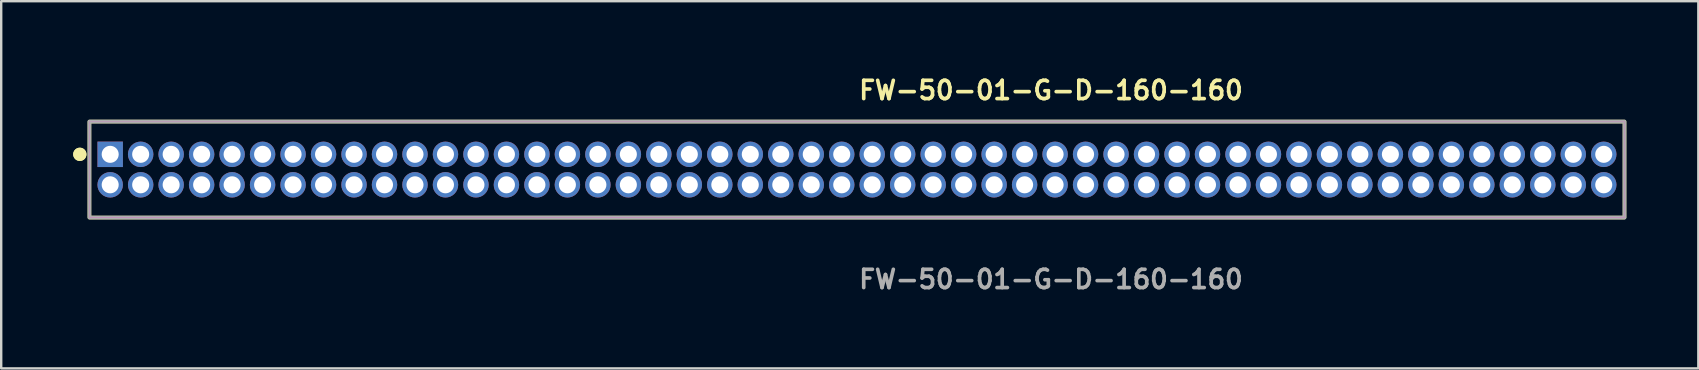
<source format=kicad_pcb>
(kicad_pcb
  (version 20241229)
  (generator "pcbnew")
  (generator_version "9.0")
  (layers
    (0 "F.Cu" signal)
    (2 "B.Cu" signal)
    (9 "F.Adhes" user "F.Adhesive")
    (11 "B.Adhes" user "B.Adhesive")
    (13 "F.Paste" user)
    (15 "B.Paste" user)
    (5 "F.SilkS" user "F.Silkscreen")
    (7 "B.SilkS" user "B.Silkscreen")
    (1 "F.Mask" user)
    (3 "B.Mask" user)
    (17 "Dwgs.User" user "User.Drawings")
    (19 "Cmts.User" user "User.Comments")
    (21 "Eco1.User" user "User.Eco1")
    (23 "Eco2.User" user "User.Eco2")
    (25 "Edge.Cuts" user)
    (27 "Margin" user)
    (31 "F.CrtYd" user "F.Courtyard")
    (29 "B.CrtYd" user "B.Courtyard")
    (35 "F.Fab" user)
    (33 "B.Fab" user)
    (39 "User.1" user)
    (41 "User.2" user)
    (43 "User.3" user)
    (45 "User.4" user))
  (footprint "FW-50-01-G-D-160-160"
    (layer "F.Cu")
    (at 32.656 4.015)
    (property "Reference" "FW-50-01-G-D-160-160" (at 0 -3.302 0) (unlocked yes) (layer "F.SilkS") (effects (font (size 0.762 0.762) (thickness 0.152)) (justify left)))
    (fp_rect (start -31.98 2) (end 31.98 -2) (stroke (width 0.152) (type solid)) (fill no) (layer "F.SilkS"))
    (fp_circle (center -32.38 -0.635) (end -32.58 -0.635) (stroke (width 0.152) (type solid)) (fill yes) (layer "F.SilkS"))
    (fp_circle (center -32.38 -0.635) (end -32.58 -0.635) (stroke (width 0.152) (type solid)) (fill yes) (layer "F.SilkS"))
    (fp_rect (start -31.98 2) (end 31.98 -2) (stroke (width 0.006) (type solid)) (fill no) (layer "F.CrtYd"))
    (fp_rect (start -31.98 2) (end 31.98 -2) (stroke (width 0.152) (type solid)) (fill no) (layer "F.Fab"))
    (fp_text user "${REFERENCE}" (at 0 4.572 0) (unlocked yes) (layer "F.Fab") (effects (font (size 0.762 0.762) (thickness 0.152)) (justify left)))
    (pad "1" thru_hole rect (at -31.115 -0.635) (size 1.06 1.06) (drill 0.71) (layers "*.Cu" "*.Mask"))
    (pad "2" thru_hole circle (at -31.115 0.635) (size 1.06 1.06) (drill 0.71) (layers "*.Cu" "*.Mask"))
    (pad "3" thru_hole circle (at -29.845 -0.635) (size 1.06 1.06) (drill 0.71) (layers "*.Cu" "*.Mask"))
    (pad "4" thru_hole circle (at -29.845 0.635) (size 1.06 1.06) (drill 0.71) (layers "*.Cu" "*.Mask"))
    (pad "5" thru_hole circle (at -28.575 -0.635) (size 1.06 1.06) (drill 0.71) (layers "*.Cu" "*.Mask"))
    (pad "6" thru_hole circle (at -28.575 0.635) (size 1.06 1.06) (drill 0.71) (layers "*.Cu" "*.Mask"))
    (pad "7" thru_hole circle (at -27.305 -0.635) (size 1.06 1.06) (drill 0.71) (layers "*.Cu" "*.Mask"))
    (pad "8" thru_hole circle (at -27.305 0.635) (size 1.06 1.06) (drill 0.71) (layers "*.Cu" "*.Mask"))
    (pad "9" thru_hole circle (at -26.035 -0.635) (size 1.06 1.06) (drill 0.71) (layers "*.Cu" "*.Mask"))
    (pad "10" thru_hole circle (at -26.035 0.635) (size 1.06 1.06) (drill 0.71) (layers "*.Cu" "*.Mask"))
    (pad "11" thru_hole circle (at -24.765 -0.635) (size 1.06 1.06) (drill 0.71) (layers "*.Cu" "*.Mask"))
    (pad "12" thru_hole circle (at -24.765 0.635) (size 1.06 1.06) (drill 0.71) (layers "*.Cu" "*.Mask"))
    (pad "13" thru_hole circle (at -23.495 -0.635) (size 1.06 1.06) (drill 0.71) (layers "*.Cu" "*.Mask"))
    (pad "14" thru_hole circle (at -23.495 0.635) (size 1.06 1.06) (drill 0.71) (layers "*.Cu" "*.Mask"))
    (pad "15" thru_hole circle (at -22.225 -0.635) (size 1.06 1.06) (drill 0.71) (layers "*.Cu" "*.Mask"))
    (pad "16" thru_hole circle (at -22.225 0.635) (size 1.06 1.06) (drill 0.71) (layers "*.Cu" "*.Mask"))
    (pad "17" thru_hole circle (at -20.955 -0.635) (size 1.06 1.06) (drill 0.71) (layers "*.Cu" "*.Mask"))
    (pad "18" thru_hole circle (at -20.955 0.635) (size 1.06 1.06) (drill 0.71) (layers "*.Cu" "*.Mask"))
    (pad "19" thru_hole circle (at -19.685 -0.635) (size 1.06 1.06) (drill 0.71) (layers "*.Cu" "*.Mask"))
    (pad "20" thru_hole circle (at -19.685 0.635) (size 1.06 1.06) (drill 0.71) (layers "*.Cu" "*.Mask"))
    (pad "21" thru_hole circle (at -18.415 -0.635) (size 1.06 1.06) (drill 0.71) (layers "*.Cu" "*.Mask"))
    (pad "22" thru_hole circle (at -18.415 0.635) (size 1.06 1.06) (drill 0.71) (layers "*.Cu" "*.Mask"))
    (pad "23" thru_hole circle (at -17.145 -0.635) (size 1.06 1.06) (drill 0.71) (layers "*.Cu" "*.Mask"))
    (pad "24" thru_hole circle (at -17.145 0.635) (size 1.06 1.06) (drill 0.71) (layers "*.Cu" "*.Mask"))
    (pad "25" thru_hole circle (at -15.875 -0.635) (size 1.06 1.06) (drill 0.71) (layers "*.Cu" "*.Mask"))
    (pad "26" thru_hole circle (at -15.875 0.635) (size 1.06 1.06) (drill 0.71) (layers "*.Cu" "*.Mask"))
    (pad "27" thru_hole circle (at -14.605 -0.635) (size 1.06 1.06) (drill 0.71) (layers "*.Cu" "*.Mask"))
    (pad "28" thru_hole circle (at -14.605 0.635) (size 1.06 1.06) (drill 0.71) (layers "*.Cu" "*.Mask"))
    (pad "29" thru_hole circle (at -13.335 -0.635) (size 1.06 1.06) (drill 0.71) (layers "*.Cu" "*.Mask"))
    (pad "30" thru_hole circle (at -13.335 0.635) (size 1.06 1.06) (drill 0.71) (layers "*.Cu" "*.Mask"))
    (pad "31" thru_hole circle (at -12.065 -0.635) (size 1.06 1.06) (drill 0.71) (layers "*.Cu" "*.Mask"))
    (pad "32" thru_hole circle (at -12.065 0.635) (size 1.06 1.06) (drill 0.71) (layers "*.Cu" "*.Mask"))
    (pad "33" thru_hole circle (at -10.795 -0.635) (size 1.06 1.06) (drill 0.71) (layers "*.Cu" "*.Mask"))
    (pad "34" thru_hole circle (at -10.795 0.635) (size 1.06 1.06) (drill 0.71) (layers "*.Cu" "*.Mask"))
    (pad "35" thru_hole circle (at -9.525 -0.635) (size 1.06 1.06) (drill 0.71) (layers "*.Cu" "*.Mask"))
    (pad "36" thru_hole circle (at -9.525 0.635) (size 1.06 1.06) (drill 0.71) (layers "*.Cu" "*.Mask"))
    (pad "37" thru_hole circle (at -8.255 -0.635) (size 1.06 1.06) (drill 0.71) (layers "*.Cu" "*.Mask"))
    (pad "38" thru_hole circle (at -8.255 0.635) (size 1.06 1.06) (drill 0.71) (layers "*.Cu" "*.Mask"))
    (pad "39" thru_hole circle (at -6.985 -0.635) (size 1.06 1.06) (drill 0.71) (layers "*.Cu" "*.Mask"))
    (pad "40" thru_hole circle (at -6.985 0.635) (size 1.06 1.06) (drill 0.71) (layers "*.Cu" "*.Mask"))
    (pad "41" thru_hole circle (at -5.715 -0.635) (size 1.06 1.06) (drill 0.71) (layers "*.Cu" "*.Mask"))
    (pad "42" thru_hole circle (at -5.715 0.635) (size 1.06 1.06) (drill 0.71) (layers "*.Cu" "*.Mask"))
    (pad "43" thru_hole circle (at -4.445 -0.635) (size 1.06 1.06) (drill 0.71) (layers "*.Cu" "*.Mask"))
    (pad "44" thru_hole circle (at -4.445 0.635) (size 1.06 1.06) (drill 0.71) (layers "*.Cu" "*.Mask"))
    (pad "45" thru_hole circle (at -3.175 -0.635) (size 1.06 1.06) (drill 0.71) (layers "*.Cu" "*.Mask"))
    (pad "46" thru_hole circle (at -3.175 0.635) (size 1.06 1.06) (drill 0.71) (layers "*.Cu" "*.Mask"))
    (pad "47" thru_hole circle (at -1.905 -0.635) (size 1.06 1.06) (drill 0.71) (layers "*.Cu" "*.Mask"))
    (pad "48" thru_hole circle (at -1.905 0.635) (size 1.06 1.06) (drill 0.71) (layers "*.Cu" "*.Mask"))
    (pad "49" thru_hole circle (at -0.635 -0.635) (size 1.06 1.06) (drill 0.71) (layers "*.Cu" "*.Mask"))
    (pad "50" thru_hole circle (at -0.635 0.635) (size 1.06 1.06) (drill 0.71) (layers "*.Cu" "*.Mask"))
    (pad "51" thru_hole circle (at 0.635 -0.635) (size 1.06 1.06) (drill 0.71) (layers "*.Cu" "*.Mask"))
    (pad "52" thru_hole circle (at 0.635 0.635) (size 1.06 1.06) (drill 0.71) (layers "*.Cu" "*.Mask"))
    (pad "53" thru_hole circle (at 1.905 -0.635) (size 1.06 1.06) (drill 0.71) (layers "*.Cu" "*.Mask"))
    (pad "54" thru_hole circle (at 1.905 0.635) (size 1.06 1.06) (drill 0.71) (layers "*.Cu" "*.Mask"))
    (pad "55" thru_hole circle (at 3.175 -0.635) (size 1.06 1.06) (drill 0.71) (layers "*.Cu" "*.Mask"))
    (pad "56" thru_hole circle (at 3.175 0.635) (size 1.06 1.06) (drill 0.71) (layers "*.Cu" "*.Mask"))
    (pad "57" thru_hole circle (at 4.445 -0.635) (size 1.06 1.06) (drill 0.71) (layers "*.Cu" "*.Mask"))
    (pad "58" thru_hole circle (at 4.445 0.635) (size 1.06 1.06) (drill 0.71) (layers "*.Cu" "*.Mask"))
    (pad "59" thru_hole circle (at 5.715 -0.635) (size 1.06 1.06) (drill 0.71) (layers "*.Cu" "*.Mask"))
    (pad "60" thru_hole circle (at 5.715 0.635) (size 1.06 1.06) (drill 0.71) (layers "*.Cu" "*.Mask"))
    (pad "61" thru_hole circle (at 6.985 -0.635) (size 1.06 1.06) (drill 0.71) (layers "*.Cu" "*.Mask"))
    (pad "62" thru_hole circle (at 6.985 0.635) (size 1.06 1.06) (drill 0.71) (layers "*.Cu" "*.Mask"))
    (pad "63" thru_hole circle (at 8.255 -0.635) (size 1.06 1.06) (drill 0.71) (layers "*.Cu" "*.Mask"))
    (pad "64" thru_hole circle (at 8.255 0.635) (size 1.06 1.06) (drill 0.71) (layers "*.Cu" "*.Mask"))
    (pad "65" thru_hole circle (at 9.525 -0.635) (size 1.06 1.06) (drill 0.71) (layers "*.Cu" "*.Mask"))
    (pad "66" thru_hole circle (at 9.525 0.635) (size 1.06 1.06) (drill 0.71) (layers "*.Cu" "*.Mask"))
    (pad "67" thru_hole circle (at 10.795 -0.635) (size 1.06 1.06) (drill 0.71) (layers "*.Cu" "*.Mask"))
    (pad "68" thru_hole circle (at 10.795 0.635) (size 1.06 1.06) (drill 0.71) (layers "*.Cu" "*.Mask"))
    (pad "69" thru_hole circle (at 12.065 -0.635) (size 1.06 1.06) (drill 0.71) (layers "*.Cu" "*.Mask"))
    (pad "70" thru_hole circle (at 12.065 0.635) (size 1.06 1.06) (drill 0.71) (layers "*.Cu" "*.Mask"))
    (pad "71" thru_hole circle (at 13.335 -0.635) (size 1.06 1.06) (drill 0.71) (layers "*.Cu" "*.Mask"))
    (pad "72" thru_hole circle (at 13.335 0.635) (size 1.06 1.06) (drill 0.71) (layers "*.Cu" "*.Mask"))
    (pad "73" thru_hole circle (at 14.605 -0.635) (size 1.06 1.06) (drill 0.71) (layers "*.Cu" "*.Mask"))
    (pad "74" thru_hole circle (at 14.605 0.635) (size 1.06 1.06) (drill 0.71) (layers "*.Cu" "*.Mask"))
    (pad "75" thru_hole circle (at 15.875 -0.635) (size 1.06 1.06) (drill 0.71) (layers "*.Cu" "*.Mask"))
    (pad "76" thru_hole circle (at 15.875 0.635) (size 1.06 1.06) (drill 0.71) (layers "*.Cu" "*.Mask"))
    (pad "77" thru_hole circle (at 17.145 -0.635) (size 1.06 1.06) (drill 0.71) (layers "*.Cu" "*.Mask"))
    (pad "78" thru_hole circle (at 17.145 0.635) (size 1.06 1.06) (drill 0.71) (layers "*.Cu" "*.Mask"))
    (pad "79" thru_hole circle (at 18.415 -0.635) (size 1.06 1.06) (drill 0.71) (layers "*.Cu" "*.Mask"))
    (pad "80" thru_hole circle (at 18.415 0.635) (size 1.06 1.06) (drill 0.71) (layers "*.Cu" "*.Mask"))
    (pad "81" thru_hole circle (at 19.685 -0.635) (size 1.06 1.06) (drill 0.71) (layers "*.Cu" "*.Mask"))
    (pad "82" thru_hole circle (at 19.685 0.635) (size 1.06 1.06) (drill 0.71) (layers "*.Cu" "*.Mask"))
    (pad "83" thru_hole circle (at 20.955 -0.635) (size 1.06 1.06) (drill 0.71) (layers "*.Cu" "*.Mask"))
    (pad "84" thru_hole circle (at 20.955 0.635) (size 1.06 1.06) (drill 0.71) (layers "*.Cu" "*.Mask"))
    (pad "85" thru_hole circle (at 22.225 -0.635) (size 1.06 1.06) (drill 0.71) (layers "*.Cu" "*.Mask"))
    (pad "86" thru_hole circle (at 22.225 0.635) (size 1.06 1.06) (drill 0.71) (layers "*.Cu" "*.Mask"))
    (pad "87" thru_hole circle (at 23.495 -0.635) (size 1.06 1.06) (drill 0.71) (layers "*.Cu" "*.Mask"))
    (pad "88" thru_hole circle (at 23.495 0.635) (size 1.06 1.06) (drill 0.71) (layers "*.Cu" "*.Mask"))
    (pad "89" thru_hole circle (at 24.765 -0.635) (size 1.06 1.06) (drill 0.71) (layers "*.Cu" "*.Mask"))
    (pad "90" thru_hole circle (at 24.765 0.635) (size 1.06 1.06) (drill 0.71) (layers "*.Cu" "*.Mask"))
    (pad "91" thru_hole circle (at 26.035 -0.635) (size 1.06 1.06) (drill 0.71) (layers "*.Cu" "*.Mask"))
    (pad "92" thru_hole circle (at 26.035 0.635) (size 1.06 1.06) (drill 0.71) (layers "*.Cu" "*.Mask"))
    (pad "93" thru_hole circle (at 27.305 -0.635) (size 1.06 1.06) (drill 0.71) (layers "*.Cu" "*.Mask"))
    (pad "94" thru_hole circle (at 27.305 0.635) (size 1.06 1.06) (drill 0.71) (layers "*.Cu" "*.Mask"))
    (pad "95" thru_hole circle (at 28.575 -0.635) (size 1.06 1.06) (drill 0.71) (layers "*.Cu" "*.Mask"))
    (pad "96" thru_hole circle (at 28.575 0.635) (size 1.06 1.06) (drill 0.71) (layers "*.Cu" "*.Mask"))
    (pad "97" thru_hole circle (at 29.845 -0.635) (size 1.06 1.06) (drill 0.71) (layers "*.Cu" "*.Mask"))
    (pad "98" thru_hole circle (at 29.845 0.635) (size 1.06 1.06) (drill 0.71) (layers "*.Cu" "*.Mask"))
    (pad "99" thru_hole circle (at 31.115 -0.635) (size 1.06 1.06) (drill 0.71) (layers "*.Cu" "*.Mask"))
    (pad "100" thru_hole circle (at 31.115 0.635) (size 1.06 1.06) (drill 0.71) (layers "*.Cu" "*.Mask")))
  (gr_rect
    (start -3 -3)
    (end 67.712 12.3)
    (stroke (width 0.1) (type default))
    (fill no)
    (layer "Edge.Cuts")))
</source>
